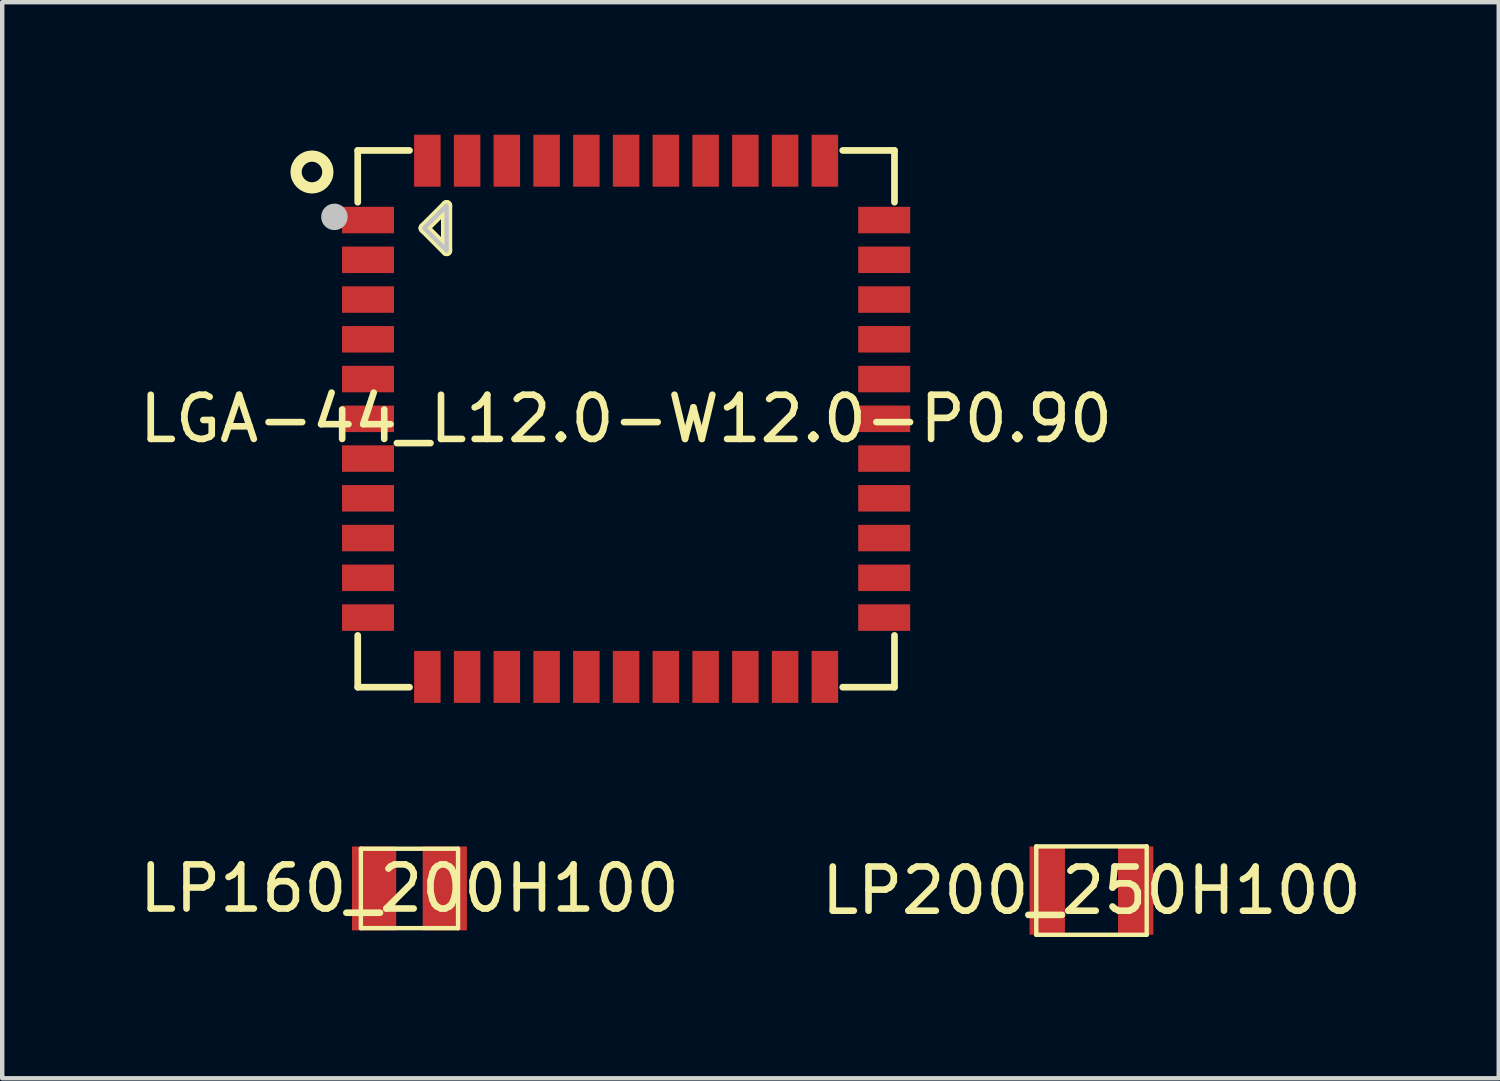
<source format=kicad_pcb>
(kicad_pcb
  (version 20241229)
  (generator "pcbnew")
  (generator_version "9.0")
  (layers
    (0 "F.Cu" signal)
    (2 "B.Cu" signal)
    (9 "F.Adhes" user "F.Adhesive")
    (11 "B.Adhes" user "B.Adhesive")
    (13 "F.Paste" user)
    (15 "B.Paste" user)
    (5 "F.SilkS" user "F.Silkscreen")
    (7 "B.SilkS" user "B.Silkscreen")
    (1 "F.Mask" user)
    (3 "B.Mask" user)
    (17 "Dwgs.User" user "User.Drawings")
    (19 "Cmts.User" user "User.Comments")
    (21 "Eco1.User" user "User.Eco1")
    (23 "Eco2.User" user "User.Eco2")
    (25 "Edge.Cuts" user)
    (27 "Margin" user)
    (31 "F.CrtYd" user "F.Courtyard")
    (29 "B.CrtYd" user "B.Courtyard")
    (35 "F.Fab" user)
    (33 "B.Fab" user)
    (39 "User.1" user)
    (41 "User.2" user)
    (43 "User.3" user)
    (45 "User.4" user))
  (footprint "LGA-44_L12.0-W12.0-P0.90"
    (layer "F.Cu")
    (at 11.125 6.432)
    (property "Reference" "LGA-44_L12.0-W12.0-P0.90" (at 0 0 0) (layer "F.SilkS") (effects (font (size 1 1) (thickness 0.15))))
    (fp_line (start -6.076 -6.076) (end -4.904 -6.076) (stroke (width 0.152) (type default)) (layer "F.SilkS"))
    (fp_line (start -6.076 -4.904) (end -6.076 -6.076) (stroke (width 0.152) (type default)) (layer "F.SilkS"))
    (fp_line (start -6.076 4.904) (end -6.076 6.076) (stroke (width 0.152) (type default)) (layer "F.SilkS"))
    (fp_line (start -6.076 6.076) (end -4.904 6.076) (stroke (width 0.152) (type default)) (layer "F.SilkS"))
    (fp_line (start -4.572 -4.318) (end -4.064 -4.826) (stroke (width 0.254) (type default)) (layer "F.SilkS"))
    (fp_line (start -4.064 -4.826) (end -4.064 -3.81) (stroke (width 0.254) (type default)) (layer "F.SilkS"))
    (fp_line (start -4.064 -3.81) (end -4.572 -4.318) (stroke (width 0.254) (type default)) (layer "F.SilkS"))
    (fp_line (start 6.076 -6.076) (end 4.904 -6.076) (stroke (width 0.152) (type default)) (layer "F.SilkS"))
    (fp_line (start 6.076 -4.904) (end 6.076 -6.076) (stroke (width 0.152) (type default)) (layer "F.SilkS"))
    (fp_line (start 6.076 4.904) (end 6.076 6.076) (stroke (width 0.152) (type default)) (layer "F.SilkS"))
    (fp_line (start 6.076 6.076) (end 4.904 6.076) (stroke (width 0.152) (type default)) (layer "F.SilkS"))
    (fp_circle (center -7.112 -5.588) (end -6.753 -5.588) (stroke (width 0.254) (type default)) (fill no) (layer "F.SilkS"))
    (fp_circle (center -6.604 -4.572) (end -6.454 -4.572) (stroke (width 0.3) (type default)) (fill no) (layer "Dwgs.User"))
    (fp_poly (pts (xy -4.064 -3.81) (xy -4.064 -4.826) (xy -4.572 -4.318)) (stroke (width 0.1) (type default)) (fill no) (layer "Dwgs.User"))
    (fp_poly (pts (xy -5.9 -4.2) (xy -5.18 -4.2) (xy -5.18 -4.8) (xy -5.9 -4.8)) (stroke (width 0.1) (type default)) (fill no) (layer "User.1"))
    (fp_poly (pts (xy -5.9 -3.3) (xy -5.18 -3.3) (xy -5.18 -3.9) (xy -5.9 -3.9)) (stroke (width 0.1) (type default)) (fill no) (layer "User.1"))
    (fp_poly (pts (xy -5.9 -2.4) (xy -5.18 -2.4) (xy -5.18 -3) (xy -5.9 -3)) (stroke (width 0.1) (type default)) (fill no) (layer "User.1"))
    (fp_poly (pts (xy -5.9 -1.5) (xy -5.18 -1.5) (xy -5.18 -2.1) (xy -5.9 -2.1)) (stroke (width 0.1) (type default)) (fill no) (layer "User.1"))
    (fp_poly (pts (xy -5.9 -0.6) (xy -5.18 -0.6) (xy -5.18 -1.2) (xy -5.9 -1.2)) (stroke (width 0.1) (type default)) (fill no) (layer "User.1"))
    (fp_poly (pts (xy -5.9 0.3) (xy -5.18 0.3) (xy -5.18 -0.3) (xy -5.9 -0.3)) (stroke (width 0.1) (type default)) (fill no) (layer "User.1"))
    (fp_poly (pts (xy -5.9 1.2) (xy -5.18 1.2) (xy -5.18 0.6) (xy -5.9 0.6)) (stroke (width 0.1) (type default)) (fill no) (layer "User.1"))
    (fp_poly (pts (xy -5.9 2.1) (xy -5.18 2.1) (xy -5.18 1.5) (xy -5.9 1.5)) (stroke (width 0.1) (type default)) (fill no) (layer "User.1"))
    (fp_poly (pts (xy -5.9 3) (xy -5.18 3) (xy -5.18 2.4) (xy -5.9 2.4)) (stroke (width 0.1) (type default)) (fill no) (layer "User.1"))
    (fp_poly (pts (xy -5.9 3.9) (xy -5.18 3.9) (xy -5.18 3.3) (xy -5.9 3.3)) (stroke (width 0.1) (type default)) (fill no) (layer "User.1"))
    (fp_poly (pts (xy -5.9 4.8) (xy -5.18 4.8) (xy -5.18 4.2) (xy -5.9 4.2)) (stroke (width 0.1) (type default)) (fill no) (layer "User.1"))
    (fp_poly (pts (xy -4.8 -5.9) (xy -4.2 -5.9) (xy -4.2 -5.18) (xy -4.8 -5.18)) (stroke (width 0.1) (type default)) (fill no) (layer "User.1"))
    (fp_poly (pts (xy -4.8 5.9) (xy -4.2 5.9) (xy -4.2 5.18) (xy -4.8 5.18)) (stroke (width 0.1) (type default)) (fill no) (layer "User.1"))
    (fp_poly (pts (xy -3.9 -5.9) (xy -3.3 -5.9) (xy -3.3 -5.18) (xy -3.9 -5.18)) (stroke (width 0.1) (type default)) (fill no) (layer "User.1"))
    (fp_poly (pts (xy -3.9 5.9) (xy -3.3 5.9) (xy -3.3 5.18) (xy -3.9 5.18)) (stroke (width 0.1) (type default)) (fill no) (layer "User.1"))
    (fp_poly (pts (xy -3 -5.9) (xy -2.4 -5.9) (xy -2.4 -5.18) (xy -3 -5.18)) (stroke (width 0.1) (type default)) (fill no) (layer "User.1"))
    (fp_poly (pts (xy -3 5.9) (xy -2.4 5.9) (xy -2.4 5.18) (xy -3 5.18)) (stroke (width 0.1) (type default)) (fill no) (layer "User.1"))
    (fp_poly (pts (xy -2.1 -5.9) (xy -1.5 -5.9) (xy -1.5 -5.18) (xy -2.1 -5.18)) (stroke (width 0.1) (type default)) (fill no) (layer "User.1"))
    (fp_poly (pts (xy -2.1 5.9) (xy -1.5 5.9) (xy -1.5 5.18) (xy -2.1 5.18)) (stroke (width 0.1) (type default)) (fill no) (layer "User.1"))
    (fp_poly (pts (xy -1.2 -5.9) (xy -0.6 -5.9) (xy -0.6 -5.18) (xy -1.2 -5.18)) (stroke (width 0.1) (type default)) (fill no) (layer "User.1"))
    (fp_poly (pts (xy -1.2 5.9) (xy -0.6 5.9) (xy -0.6 5.18) (xy -1.2 5.18)) (stroke (width 0.1) (type default)) (fill no) (layer "User.1"))
    (fp_poly (pts (xy -0.3 -5.9) (xy 0.3 -5.9) (xy 0.3 -5.18) (xy -0.3 -5.18)) (stroke (width 0.1) (type default)) (fill no) (layer "User.1"))
    (fp_poly (pts (xy -0.3 5.9) (xy 0.3 5.9) (xy 0.3 5.18) (xy -0.3 5.18)) (stroke (width 0.1) (type default)) (fill no) (layer "User.1"))
    (fp_poly (pts (xy 0.6 -5.9) (xy 1.2 -5.9) (xy 1.2 -5.18) (xy 0.6 -5.18)) (stroke (width 0.1) (type default)) (fill no) (layer "User.1"))
    (fp_poly (pts (xy 0.6 5.9) (xy 1.2 5.9) (xy 1.2 5.18) (xy 0.6 5.18)) (stroke (width 0.1) (type default)) (fill no) (layer "User.1"))
    (fp_poly (pts (xy 1.5 -5.9) (xy 2.1 -5.9) (xy 2.1 -5.18) (xy 1.5 -5.18)) (stroke (width 0.1) (type default)) (fill no) (layer "User.1"))
    (fp_poly (pts (xy 1.5 5.9) (xy 2.1 5.9) (xy 2.1 5.18) (xy 1.5 5.18)) (stroke (width 0.1) (type default)) (fill no) (layer "User.1"))
    (fp_poly (pts (xy 2.4 -5.9) (xy 3 -5.9) (xy 3 -5.18) (xy 2.4 -5.18)) (stroke (width 0.1) (type default)) (fill no) (layer "User.1"))
    (fp_poly (pts (xy 2.4 5.9) (xy 3 5.9) (xy 3 5.18) (xy 2.4 5.18)) (stroke (width 0.1) (type default)) (fill no) (layer "User.1"))
    (fp_poly (pts (xy 3.3 -5.9) (xy 3.9 -5.9) (xy 3.9 -5.18) (xy 3.3 -5.18)) (stroke (width 0.1) (type default)) (fill no) (layer "User.1"))
    (fp_poly (pts (xy 3.3 5.9) (xy 3.9 5.9) (xy 3.9 5.18) (xy 3.3 5.18)) (stroke (width 0.1) (type default)) (fill no) (layer "User.1"))
    (fp_poly (pts (xy 4.2 -5.9) (xy 4.8 -5.9) (xy 4.8 -5.18) (xy 4.2 -5.18)) (stroke (width 0.1) (type default)) (fill no) (layer "User.1"))
    (fp_poly (pts (xy 4.2 5.9) (xy 4.8 5.9) (xy 4.8 5.18) (xy 4.2 5.18)) (stroke (width 0.1) (type default)) (fill no) (layer "User.1"))
    (fp_poly (pts (xy 5.9 -4.2) (xy 5.18 -4.2) (xy 5.18 -4.8) (xy 5.9 -4.8)) (stroke (width 0.1) (type default)) (fill no) (layer "User.1"))
    (fp_poly (pts (xy 5.9 -3.3) (xy 5.18 -3.3) (xy 5.18 -3.9) (xy 5.9 -3.9)) (stroke (width 0.1) (type default)) (fill no) (layer "User.1"))
    (fp_poly (pts (xy 5.9 -2.4) (xy 5.18 -2.4) (xy 5.18 -3) (xy 5.9 -3)) (stroke (width 0.1) (type default)) (fill no) (layer "User.1"))
    (fp_poly (pts (xy 5.9 -1.5) (xy 5.18 -1.5) (xy 5.18 -2.1) (xy 5.9 -2.1)) (stroke (width 0.1) (type default)) (fill no) (layer "User.1"))
    (fp_poly (pts (xy 5.9 -0.6) (xy 5.18 -0.6) (xy 5.18 -1.2) (xy 5.9 -1.2)) (stroke (width 0.1) (type default)) (fill no) (layer "User.1"))
    (fp_poly (pts (xy 5.9 0.3) (xy 5.18 0.3) (xy 5.18 -0.3) (xy 5.9 -0.3)) (stroke (width 0.1) (type default)) (fill no) (layer "User.1"))
    (fp_poly (pts (xy 5.9 1.2) (xy 5.18 1.2) (xy 5.18 0.6) (xy 5.9 0.6)) (stroke (width 0.1) (type default)) (fill no) (layer "User.1"))
    (fp_poly (pts (xy 5.9 2.1) (xy 5.18 2.1) (xy 5.18 1.5) (xy 5.9 1.5)) (stroke (width 0.1) (type default)) (fill no) (layer "User.1"))
    (fp_poly (pts (xy 5.9 3) (xy 5.18 3) (xy 5.18 2.4) (xy 5.9 2.4)) (stroke (width 0.1) (type default)) (fill no) (layer "User.1"))
    (fp_poly (pts (xy 5.9 3.9) (xy 5.18 3.9) (xy 5.18 3.3) (xy 5.9 3.3)) (stroke (width 0.1) (type default)) (fill no) (layer "User.1"))
    (fp_poly (pts (xy 5.9 4.8) (xy 5.18 4.8) (xy 5.18 4.2) (xy 5.9 4.2)) (stroke (width 0.1) (type default)) (fill no) (layer "User.1"))
    (fp_line (start -6 -6) (end -6 6) (stroke (width 0.051) (type default)) (layer "User.2"))
    (fp_line (start -6 6) (end 6 6) (stroke (width 0.051) (type default)) (layer "User.2"))
    (fp_line (start 6 -6) (end -6 -6) (stroke (width 0.051) (type default)) (layer "User.2"))
    (fp_line (start 6 6) (end 6 -6) (stroke (width 0.051) (type default)) (layer "User.2"))
    (fp_poly (pts (xy -5.94 -6) (xy -5.958 -6.042) (xy -6 -6.06) (xy -6.042 -6.042) (xy -6.06 -6) (xy -6.042 -5.958) (xy -6 -5.94) (xy -5.958 -5.958)) (stroke (width 0.1) (type default)) (fill no) (layer "User.3"))
    (pad "1" smd rect (at -5.843 -4.5) (size 1.177 0.6) (layers "F.Cu" "F.Mask" "F.Paste"))
    (pad "2" smd rect (at -5.843 -3.6) (size 1.177 0.6) (layers "F.Cu" "F.Mask" "F.Paste"))
    (pad "3" smd rect (at -5.843 -2.7) (size 1.177 0.6) (layers "F.Cu" "F.Mask" "F.Paste"))
    (pad "4" smd rect (at -5.843 -1.8) (size 1.177 0.6) (layers "F.Cu" "F.Mask" "F.Paste"))
    (pad "5" smd rect (at -5.843 -0.9) (size 1.177 0.6) (layers "F.Cu" "F.Mask" "F.Paste"))
    (pad "6" smd rect (at -5.843 0) (size 1.177 0.6) (layers "F.Cu" "F.Mask" "F.Paste"))
    (pad "7" smd rect (at -5.843 0.9) (size 1.177 0.6) (layers "F.Cu" "F.Mask" "F.Paste"))
    (pad "8" smd rect (at -5.843 1.8) (size 1.177 0.6) (layers "F.Cu" "F.Mask" "F.Paste"))
    (pad "9" smd rect (at -5.843 2.7) (size 1.177 0.6) (layers "F.Cu" "F.Mask" "F.Paste"))
    (pad "10" smd rect (at -5.843 3.6) (size 1.177 0.6) (layers "F.Cu" "F.Mask" "F.Paste"))
    (pad "11" smd rect (at -5.843 4.5) (size 1.177 0.6) (layers "F.Cu" "F.Mask" "F.Paste"))
    (pad "12" smd rect (at -4.5 5.843) (size 0.6 1.177) (layers "F.Cu" "F.Mask" "F.Paste"))
    (pad "13" smd rect (at -3.6 5.843) (size 0.6 1.177) (layers "F.Cu" "F.Mask" "F.Paste"))
    (pad "14" smd rect (at -2.7 5.843) (size 0.6 1.177) (layers "F.Cu" "F.Mask" "F.Paste"))
    (pad "15" smd rect (at -1.8 5.843) (size 0.6 1.177) (layers "F.Cu" "F.Mask" "F.Paste"))
    (pad "16" smd rect (at -0.9 5.843) (size 0.6 1.177) (layers "F.Cu" "F.Mask" "F.Paste"))
    (pad "17" smd rect (at 0 5.843) (size 0.6 1.177) (layers "F.Cu" "F.Mask" "F.Paste"))
    (pad "18" smd rect (at 0.9 5.843) (size 0.6 1.177) (layers "F.Cu" "F.Mask" "F.Paste"))
    (pad "19" smd rect (at 1.8 5.843) (size 0.6 1.177) (layers "F.Cu" "F.Mask" "F.Paste"))
    (pad "20" smd rect (at 2.7 5.843) (size 0.6 1.177) (layers "F.Cu" "F.Mask" "F.Paste"))
    (pad "21" smd rect (at 3.6 5.843) (size 0.6 1.177) (layers "F.Cu" "F.Mask" "F.Paste"))
    (pad "22" smd rect (at 4.5 5.843) (size 0.6 1.177) (layers "F.Cu" "F.Mask" "F.Paste"))
    (pad "23" smd rect (at 5.843 4.5) (size 1.177 0.6) (layers "F.Cu" "F.Mask" "F.Paste"))
    (pad "24" smd rect (at 5.843 3.6) (size 1.177 0.6) (layers "F.Cu" "F.Mask" "F.Paste"))
    (pad "25" smd rect (at 5.843 2.7) (size 1.177 0.6) (layers "F.Cu" "F.Mask" "F.Paste"))
    (pad "26" smd rect (at 5.843 1.8) (size 1.177 0.6) (layers "F.Cu" "F.Mask" "F.Paste"))
    (pad "27" smd rect (at 5.843 0.9) (size 1.177 0.6) (layers "F.Cu" "F.Mask" "F.Paste"))
    (pad "28" smd rect (at 5.843 0) (size 1.177 0.6) (layers "F.Cu" "F.Mask" "F.Paste"))
    (pad "29" smd rect (at 5.843 -0.9) (size 1.177 0.6) (layers "F.Cu" "F.Mask" "F.Paste"))
    (pad "30" smd rect (at 5.843 -1.8) (size 1.177 0.6) (layers "F.Cu" "F.Mask" "F.Paste"))
    (pad "31" smd rect (at 5.843 -2.7) (size 1.177 0.6) (layers "F.Cu" "F.Mask" "F.Paste"))
    (pad "32" smd rect (at 5.843 -3.6) (size 1.177 0.6) (layers "F.Cu" "F.Mask" "F.Paste"))
    (pad "33" smd rect (at 5.843 -4.5) (size 1.177 0.6) (layers "F.Cu" "F.Mask" "F.Paste"))
    (pad "34" smd rect (at 4.5 -5.843) (size 0.6 1.177) (layers "F.Cu" "F.Mask" "F.Paste"))
    (pad "35" smd rect (at 3.6 -5.843) (size 0.6 1.177) (layers "F.Cu" "F.Mask" "F.Paste"))
    (pad "36" smd rect (at 2.7 -5.843) (size 0.6 1.177) (layers "F.Cu" "F.Mask" "F.Paste"))
    (pad "37" smd rect (at 1.8 -5.843) (size 0.6 1.177) (layers "F.Cu" "F.Mask" "F.Paste"))
    (pad "38" smd rect (at 0.9 -5.843) (size 0.6 1.177) (layers "F.Cu" "F.Mask" "F.Paste"))
    (pad "39" smd rect (at 0 -5.843) (size 0.6 1.177) (layers "F.Cu" "F.Mask" "F.Paste"))
    (pad "40" smd rect (at -0.9 -5.843) (size 0.6 1.177) (layers "F.Cu" "F.Mask" "F.Paste"))
    (pad "41" smd rect (at -1.8 -5.843) (size 0.6 1.177) (layers "F.Cu" "F.Mask" "F.Paste"))
    (pad "42" smd rect (at -2.7 -5.843) (size 0.6 1.177) (layers "F.Cu" "F.Mask" "F.Paste"))
    (pad "43" smd rect (at -3.6 -5.843) (size 0.6 1.177) (layers "F.Cu" "F.Mask" "F.Paste"))
    (pad "44" smd rect (at -4.5 -5.843) (size 0.6 1.177) (layers "F.Cu" "F.Mask" "F.Paste")))
  (footprint "LP160_200H100"
    (layer "F.Cu")
    (at 6.22 17.064)
    (property "Reference" "LP160_200H100" (at 0 0 0) (layer "F.SilkS") (effects (font (size 1 1) (thickness 0.15))))
    (fp_line (start -1.1 -0.899) (end -1.1 0.899) (stroke (width 0.099) (type default)) (layer "F.SilkS"))
    (fp_line (start 1.1 -0.899) (end -1.1 -0.899) (stroke (width 0.099) (type default)) (layer "F.SilkS"))
    (fp_line (start 1.1 -0.899) (end 1.1 0.899) (stroke (width 0.099) (type default)) (layer "F.SilkS"))
    (fp_line (start 1.1 0.899) (end -1.1 0.899) (stroke (width 0.099) (type default)) (layer "F.SilkS"))
    (fp_poly (pts (xy -1.3 0.95) (xy -1.3 -0.95) (xy -0.64 -0.95) (xy -0.299 -0.414) (xy -0.299 0.414) (xy -0.64 0.95)) (stroke (width 0) (type default)) (fill yes) (layer "F.Paste"))
    (fp_poly (pts (xy 1.3 -0.95) (xy 1.3 0.95) (xy 0.64 0.95) (xy 0.299 0.414) (xy 0.299 -0.414) (xy 0.64 -0.95)) (stroke (width 0) (type default)) (fill yes) (layer "F.Paste"))
    (fp_line (start -1.501 -1.151) (end -1.501 1.151) (stroke (width 0.025) (type default)) (layer "User.1"))
    (fp_line (start 1.501 -1.151) (end -1.501 -1.151) (stroke (width 0.025) (type default)) (layer "User.1"))
    (fp_line (start 1.501 -1.151) (end 1.501 1.151) (stroke (width 0.025) (type default)) (layer "User.1"))
    (fp_line (start 1.501 1.151) (end -1.501 1.151) (stroke (width 0.025) (type default)) (layer "User.1"))
    (fp_poly (pts (xy -1.1 0.899) (xy 1.1 0.899) (xy 1.1 -0.899) (xy -1.1 -0.899)) (stroke (width 0.1) (type default)) (fill no) (layer "User.1"))
    (fp_poly (pts (xy -1.1 0.899) (xy 1.1 0.899) (xy 1.1 -0.899) (xy -1.1 -0.899)) (stroke (width 0.1) (type default)) (fill no) (layer "User.1"))
    (fp_poly (pts (xy -1.501 1.151) (xy 1.501 1.151) (xy 1.501 -1.151) (xy -1.12 -1.151) (xy -1.12 -0.919) (xy 1.131 -0.919) (xy 1.131 0.94) (xy -1.141 0.94) (xy -1.141 -1.151) (xy -1.501 -1.151)) (stroke (width 0.1) (type default)) (fill no) (layer "User.1"))
    (fp_poly (pts (xy -1.501 1.151) (xy 1.501 1.151) (xy 1.501 -1.151) (xy -1.12 -1.151) (xy -1.12 -0.919) (xy 1.131 -0.919) (xy 1.131 0.94) (xy -1.141 0.94) (xy -1.141 -1.151) (xy -1.501 -1.151)) (stroke (width 0.1) (type default)) (fill no) (layer "User.1"))
    (pad "1" smd rect (at -0.8 0 180) (size 1.001 1.9) (layers "F.Cu" "F.Mask" "F.Paste"))
    (pad "2" smd rect (at 0.8 0 180) (size 1.001 1.9) (layers "F.Cu" "F.Mask" "F.Paste"))
    (zone (net_name "") (layer "F.Cu") (hatch edge 0.5) (connect_pads) (min_thickness 0.25) (filled_areas_thickness no) (keepout (tracks not_allowed) (vias not_allowed) (pads not_allowed) (copperpour not_allowed) (footprints allowed)) (placement (enabled no)) (fill) (polygon (pts (xy 6.52 18.015) (xy 5.921 18.015) (xy 5.921 16.114) (xy 6.52 16.114)))))
  (footprint "LP200_250H100"
    (layer "F.Cu")
    (at 21.661 17.113)
    (property "Reference" "LP200_250H100" (at 0 0 0) (layer "F.SilkS") (effects (font (size 1 1) (thickness 0.15))))
    (fp_line (start -1.25 1.001) (end -1.25 -1.001) (stroke (width 0.099) (type default)) (layer "F.SilkS"))
    (fp_line (start 1.25 -1.001) (end -1.25 -1.001) (stroke (width 0.099) (type default)) (layer "F.SilkS"))
    (fp_line (start 1.25 1.001) (end -1.25 1.001) (stroke (width 0.099) (type default)) (layer "F.SilkS"))
    (fp_line (start 1.25 1.001) (end 1.25 -1.001) (stroke (width 0.099) (type default)) (layer "F.SilkS"))
    (fp_poly (pts (xy -0.602 0.33) (xy -0.602 -0.33) (xy -0.901 -1.001) (xy -1.399 -1.001) (xy -1.399 -0.201) (xy -1.399 0.15) (xy -1.399 1.001) (xy -0.901 1.001)) (stroke (width 0) (type default)) (fill yes) (layer "F.Paste"))
    (fp_poly (pts (xy 0.602 -0.33) (xy 0.602 0.33) (xy 0.901 1.001) (xy 1.399 1.001) (xy 1.399 0.201) (xy 1.399 -0.15) (xy 1.399 -1.001) (xy 0.901 -1.001)) (stroke (width 0) (type default)) (fill yes) (layer "F.Paste"))
    (fp_line (start -1.6 1.199) (end -1.6 -1.199) (stroke (width 0.025) (type default)) (layer "User.1"))
    (fp_line (start 1.6 -1.199) (end -1.6 -1.199) (stroke (width 0.025) (type default)) (layer "User.1"))
    (fp_line (start 1.6 1.199) (end -1.6 1.199) (stroke (width 0.025) (type default)) (layer "User.1"))
    (fp_line (start 1.6 1.199) (end 1.6 -1.199) (stroke (width 0.025) (type default)) (layer "User.1"))
    (fp_poly (pts (xy -1.25 -1.001) (xy -1.25 1.001) (xy 1.25 1.001) (xy 1.25 -1.001)) (stroke (width 0.1) (type default)) (fill no) (layer "User.1"))
    (fp_poly (pts (xy -1.25 -1.001) (xy -1.25 1.001) (xy 1.25 1.001) (xy 1.25 -1.001)) (stroke (width 0.1) (type default)) (fill no) (layer "User.1"))
    (fp_poly (pts (xy -1.6 -1.199) (xy -1.6 1.199) (xy 1.181 1.199) (xy 1.181 1.001) (xy -1.25 1.001) (xy -1.25 -1.001) (xy 1.25 -1.001) (xy 1.25 1.001) (xy 1.25 1.199) (xy 1.6 1.199) (xy 1.6 -1.199)) (stroke (width 0.1) (type default)) (fill no) (layer "User.1"))
    (fp_poly (pts (xy -1.6 -1.199) (xy -1.6 1.199) (xy 1.181 1.199) (xy 1.181 1.001) (xy -1.25 1.001) (xy -1.25 -1.001) (xy 1.25 -1.001) (xy 1.25 1.001) (xy 1.25 1.199) (xy 1.6 1.199) (xy 1.6 -1.199)) (stroke (width 0.1) (type default)) (fill no) (layer "User.1"))
    (pad "1" smd rect (at -1.001 0 90) (size 1.999 0.8) (layers "F.Cu" "F.Mask" "F.Paste"))
    (pad "2" smd rect (at 1.001 0 90) (size 1.999 0.8) (layers "F.Cu" "F.Mask" "F.Paste"))
    (zone (net_name "") (layer "F.Cu") (hatch edge 0.5) (connect_pads) (min_thickness 0.25) (filled_areas_thickness no) (keepout (tracks not_allowed) (vias not_allowed) (pads not_allowed) (copperpour not_allowed) (footprints allowed)) (placement (enabled no)) (fill) (polygon (pts (xy 22.26 18.114) (xy 22.161 18.114) (xy 21.16 18.114) (xy 21.061 18.114) (xy 21.061 16.112) (xy 21.16 16.112) (xy 22.161 16.112) (xy 22.26 16.112)))))
  (gr_rect
    (start -3 -3)
    (end 30.881 21.362)
    (stroke (width 0.1) (type default))
    (fill no)
    (layer "Edge.Cuts")))
</source>
